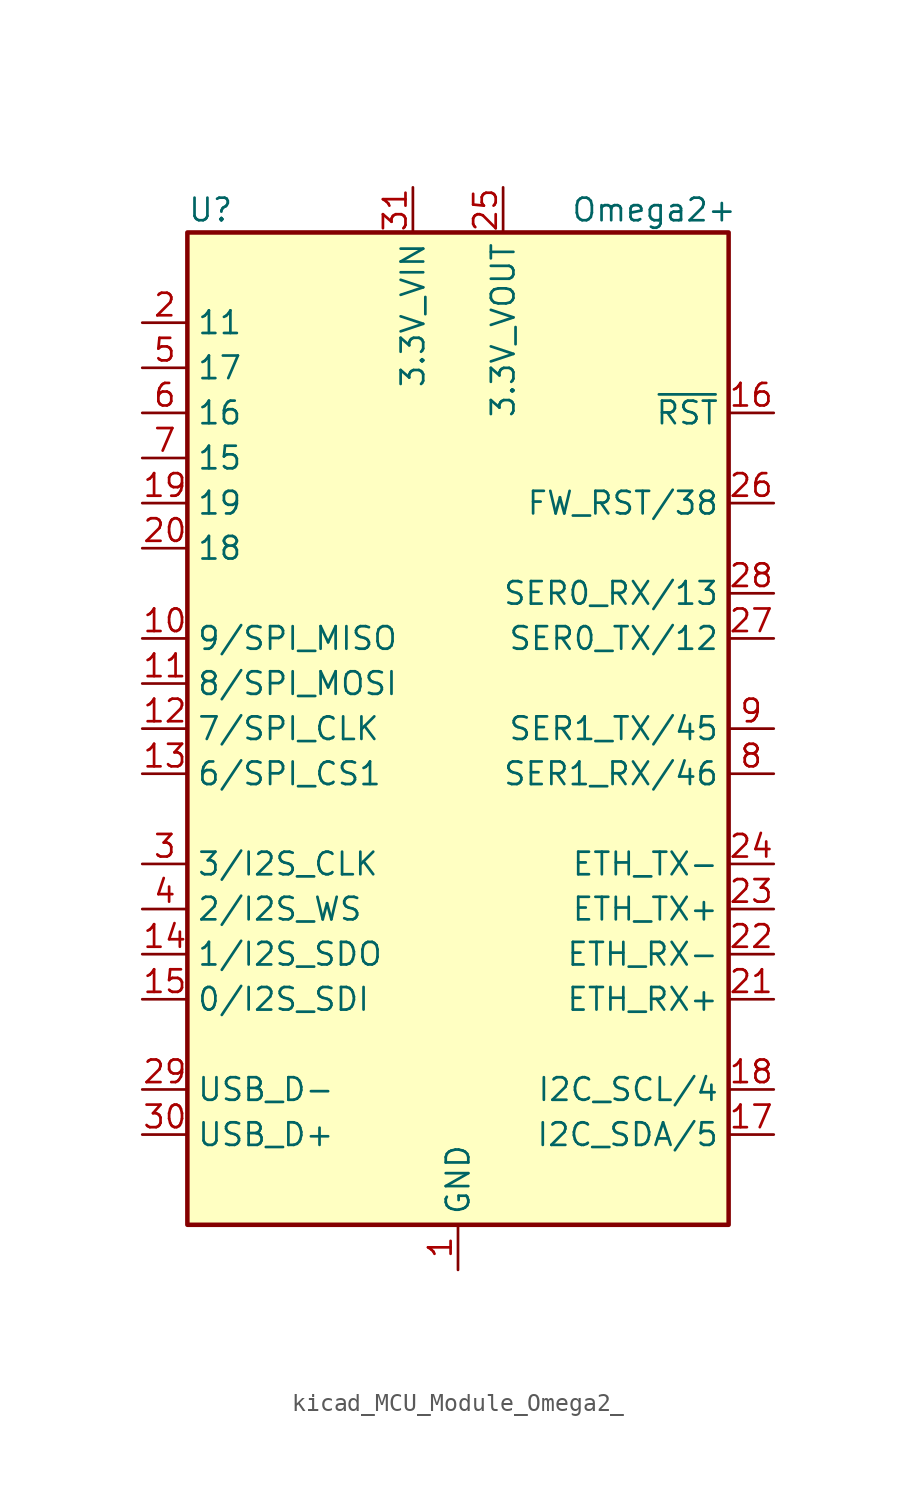
<source format=kicad_sym>
(kicad_symbol_lib
  (version 20220914)
  (generator kicad_symbol_editor)
  (symbol "kicad_MCU_Module_Omega2_"
    (property "Reference" "U"
      (at -15.24 29.21 0)
      (effects (font (size 1.27 1.27)) (justify left)))
    (property "Value" "Omega2+"
      (at 6.35 29.21 0)
      (effects (font (size 1.27 1.27)) (justify left)))
    (symbol "kicad_MCU_Module_Omega2__0_1"
      (rectangle (start -15.24 27.94) (end 15.24 -27.94) (stroke (width 0.254) (type default)) (fill (type background))))
    (symbol "kicad_MCU_Module_Omega2__1_1"
      (pin power_in line (at 0 -30.48 90) (length 2.54) (name "GND" (effects (font (size 1.27 1.27)))) (number "1" (effects (font (size 1.27 1.27)))))
      (pin bidirectional line (at -17.78 5.08 0) (length 2.54) (name "9/SPI_MISO" (effects (font (size 1.27 1.27)))) (number "10" (effects (font (size 1.27 1.27)))))
      (pin bidirectional line (at -17.78 2.54 0) (length 2.54) (name "8/SPI_MOSI" (effects (font (size 1.27 1.27)))) (number "11" (effects (font (size 1.27 1.27)))))
      (pin bidirectional line (at -17.78 0 0) (length 2.54) (name "7/SPI_CLK" (effects (font (size 1.27 1.27)))) (number "12" (effects (font (size 1.27 1.27)))))
      (pin bidirectional line (at -17.78 -2.54 0) (length 2.54) (name "6/SPI_CS1" (effects (font (size 1.27 1.27)))) (number "13" (effects (font (size 1.27 1.27)))))
      (pin bidirectional line (at -17.78 -12.7 0) (length 2.54) (name "1/I2S_SDO" (effects (font (size 1.27 1.27)))) (number "14" (effects (font (size 1.27 1.27)))))
      (pin bidirectional line (at -17.78 -15.24 0) (length 2.54) (name "0/I2S_SDI" (effects (font (size 1.27 1.27)))) (number "15" (effects (font (size 1.27 1.27)))))
      (pin input line (at 17.78 17.78 180) (length 2.54) (name "~{RST}" (effects (font (size 1.27 1.27)))) (number "16" (effects (font (size 1.27 1.27)))))
      (pin bidirectional line (at 17.78 -22.86 180) (length 2.54) (name "I2C_SDA/5" (effects (font (size 1.27 1.27)))) (number "17" (effects (font (size 1.27 1.27)))))
      (pin bidirectional line (at 17.78 -20.32 180) (length 2.54) (name "I2C_SCL/4" (effects (font (size 1.27 1.27)))) (number "18" (effects (font (size 1.27 1.27)))))
      (pin bidirectional line (at -17.78 12.7 0) (length 2.54) (name "19" (effects (font (size 1.27 1.27)))) (number "19" (effects (font (size 1.27 1.27)))))
      (pin bidirectional line (at -17.78 22.86 0) (length 2.54) (name "11" (effects (font (size 1.27 1.27)))) (number "2" (effects (font (size 1.27 1.27)))))
      (pin bidirectional line (at -17.78 10.16 0) (length 2.54) (name "18" (effects (font (size 1.27 1.27)))) (number "20" (effects (font (size 1.27 1.27)))))
      (pin input line (at 17.78 -15.24 180) (length 2.54) (name "ETH_RX+" (effects (font (size 1.27 1.27)))) (number "21" (effects (font (size 1.27 1.27)))))
      (pin input line (at 17.78 -12.7 180) (length 2.54) (name "ETH_RX-" (effects (font (size 1.27 1.27)))) (number "22" (effects (font (size 1.27 1.27)))))
      (pin output line (at 17.78 -10.16 180) (length 2.54) (name "ETH_TX+" (effects (font (size 1.27 1.27)))) (number "23" (effects (font (size 1.27 1.27)))))
      (pin output line (at 17.78 -7.62 180) (length 2.54) (name "ETH_TX-" (effects (font (size 1.27 1.27)))) (number "24" (effects (font (size 1.27 1.27)))))
      (pin power_out line (at 2.54 30.48 270) (length 2.54) (name "3.3V_VOUT" (effects (font (size 1.27 1.27)))) (number "25" (effects (font (size 1.27 1.27)))))
      (pin bidirectional line (at 17.78 12.7 180) (length 2.54) (name "FW_RST/38" (effects (font (size 1.27 1.27)))) (number "26" (effects (font (size 1.27 1.27)))))
      (pin bidirectional line (at 17.78 5.08 180) (length 2.54) (name "SER0_TX/12" (effects (font (size 1.27 1.27)))) (number "27" (effects (font (size 1.27 1.27)))))
      (pin bidirectional line (at 17.78 7.62 180) (length 2.54) (name "SER0_RX/13" (effects (font (size 1.27 1.27)))) (number "28" (effects (font (size 1.27 1.27)))))
      (pin bidirectional line (at -17.78 -20.32 0) (length 2.54) (name "USB_D-" (effects (font (size 1.27 1.27)))) (number "29" (effects (font (size 1.27 1.27)))))
      (pin bidirectional line (at -17.78 -7.62 0) (length 2.54) (name "3/I2S_CLK" (effects (font (size 1.27 1.27)))) (number "3" (effects (font (size 1.27 1.27)))))
      (pin bidirectional line (at -17.78 -22.86 0) (length 2.54) (name "USB_D+" (effects (font (size 1.27 1.27)))) (number "30" (effects (font (size 1.27 1.27)))))
      (pin power_in line (at -2.54 30.48 270) (length 2.54) (name "3.3V_VIN" (effects (font (size 1.27 1.27)))) (number "31" (effects (font (size 1.27 1.27)))))
      (pin passive line (at 0 -30.48 90) (length 2.54) hide (name "GND" (effects (font (size 1.27 1.27)))) (number "32" (effects (font (size 1.27 1.27)))))
      (pin bidirectional line (at -17.78 -10.16 0) (length 2.54) (name "2/I2S_WS" (effects (font (size 1.27 1.27)))) (number "4" (effects (font (size 1.27 1.27)))))
      (pin bidirectional line (at -17.78 20.32 0) (length 2.54) (name "17" (effects (font (size 1.27 1.27)))) (number "5" (effects (font (size 1.27 1.27)))))
      (pin bidirectional line (at -17.78 17.78 0) (length 2.54) (name "16" (effects (font (size 1.27 1.27)))) (number "6" (effects (font (size 1.27 1.27)))))
      (pin bidirectional line (at -17.78 15.24 0) (length 2.54) (name "15" (effects (font (size 1.27 1.27)))) (number "7" (effects (font (size 1.27 1.27)))))
      (pin bidirectional line (at 17.78 -2.54 180) (length 2.54) (name "SER1_RX/46" (effects (font (size 1.27 1.27)))) (number "8" (effects (font (size 1.27 1.27)))))
      (pin bidirectional line (at 17.78 0 180) (length 2.54) (name "SER1_TX/45" (effects (font (size 1.27 1.27)))) (number "9" (effects (font (size 1.27 1.27))))))))
</source>
